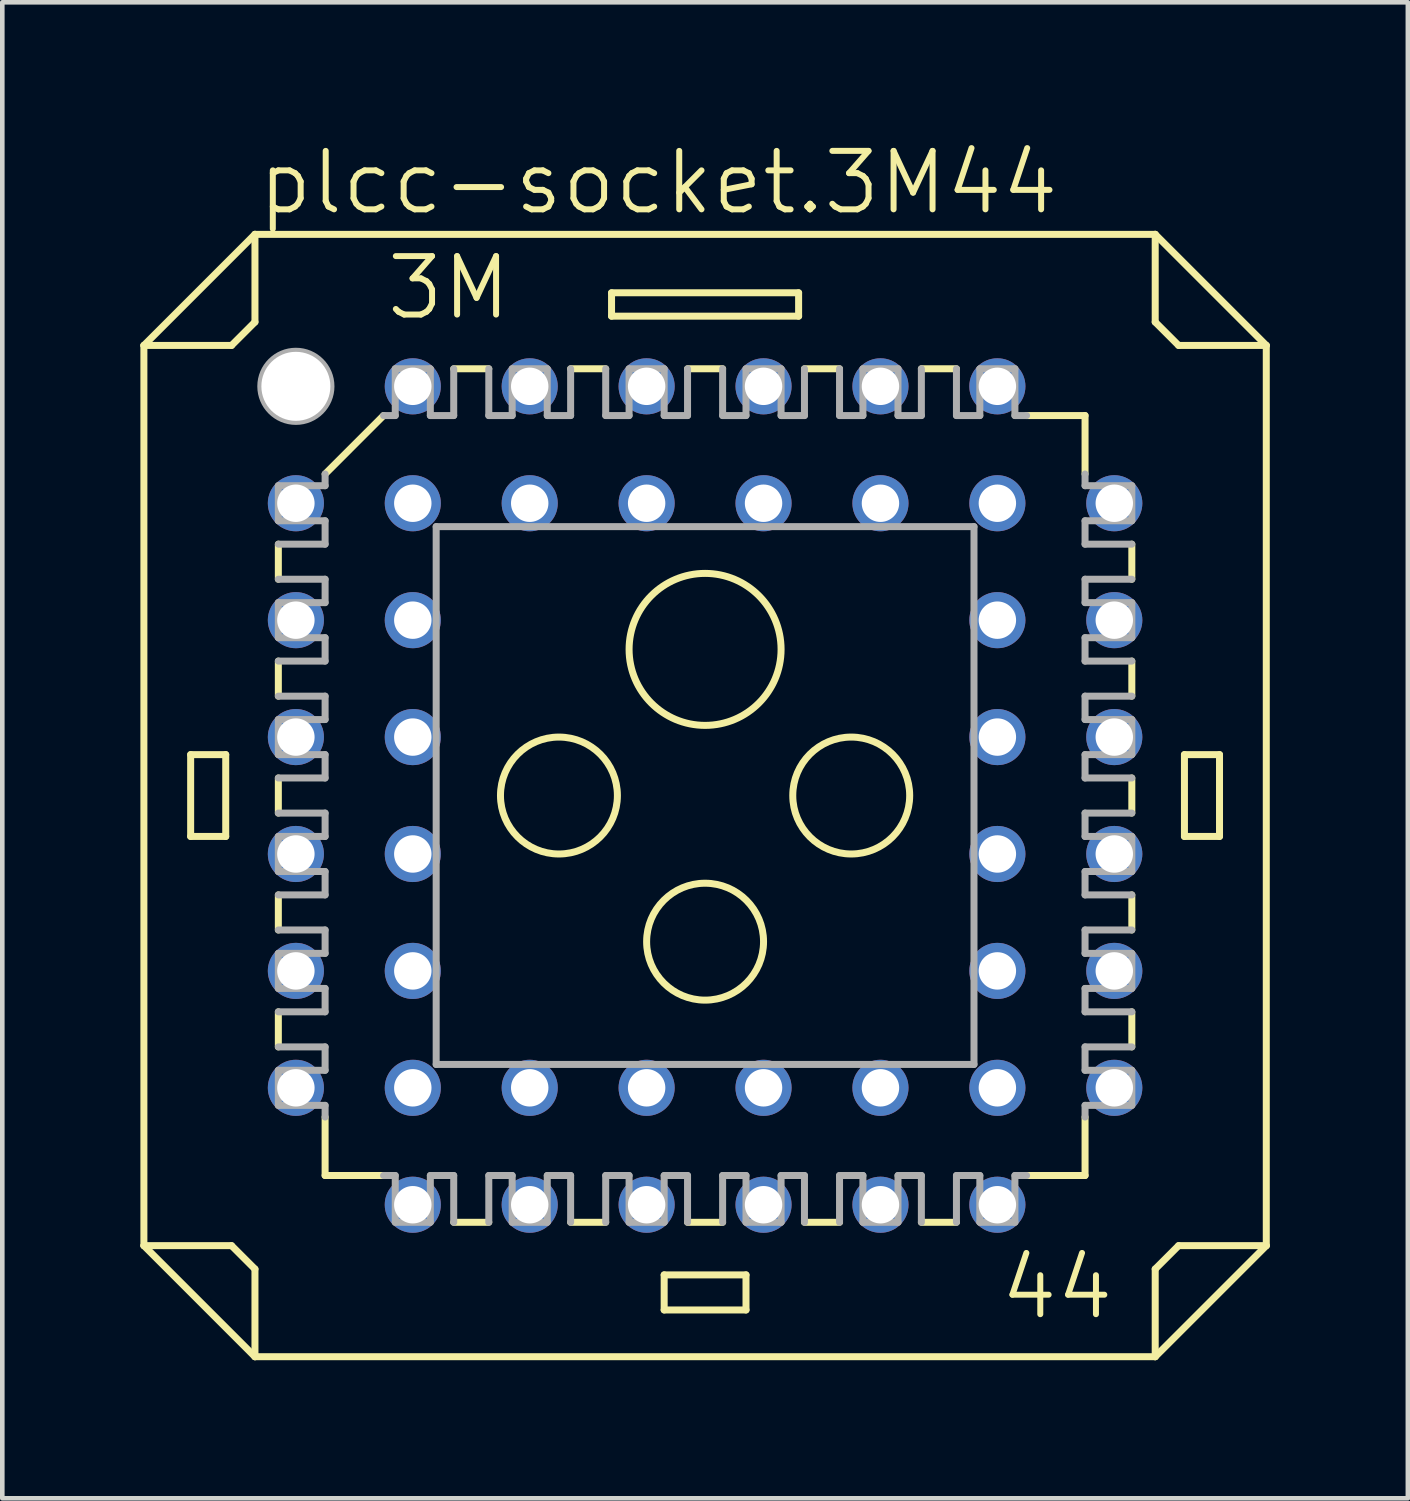
<source format=kicad_pcb>
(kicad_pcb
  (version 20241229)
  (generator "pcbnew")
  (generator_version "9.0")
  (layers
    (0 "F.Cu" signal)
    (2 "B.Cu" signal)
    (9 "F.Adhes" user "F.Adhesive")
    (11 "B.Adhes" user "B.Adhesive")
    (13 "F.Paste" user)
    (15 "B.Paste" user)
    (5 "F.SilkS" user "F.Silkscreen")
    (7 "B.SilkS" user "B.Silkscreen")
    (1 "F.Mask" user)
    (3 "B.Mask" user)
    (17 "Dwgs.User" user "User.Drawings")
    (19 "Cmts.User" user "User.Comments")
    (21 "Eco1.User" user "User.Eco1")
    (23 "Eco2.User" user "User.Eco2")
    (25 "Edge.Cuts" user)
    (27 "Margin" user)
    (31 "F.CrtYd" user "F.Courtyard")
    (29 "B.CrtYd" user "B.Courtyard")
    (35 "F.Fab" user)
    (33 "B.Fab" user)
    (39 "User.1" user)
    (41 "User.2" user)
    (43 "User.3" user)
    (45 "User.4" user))
  (footprint "plcc-socket.3M44"
    (layer "F.Cu")
    (at 12.268 14.233)
    (property "Reference" "plcc-socket.3M44" (at -9.779 -12.573 0) (layer "F.SilkS") (effects (font (size 1.27 1.27) (thickness 0.13)) (justify left bottom)))
    (attr through_hole)
    (fp_line (start -12.192 -9.779) (end -12.192 9.779) (stroke (width 0.152) (type default)) (layer "F.SilkS"))
    (fp_line (start -12.192 -9.779) (end -9.779 -12.192) (stroke (width 0.152) (type default)) (layer "F.SilkS"))
    (fp_line (start -12.192 9.779) (end -10.287 9.779) (stroke (width 0.152) (type default)) (layer "F.SilkS"))
    (fp_line (start -11.176 -0.889) (end -10.414 -0.889) (stroke (width 0.152) (type default)) (layer "F.SilkS"))
    (fp_line (start -11.176 0.889) (end -11.176 -0.889) (stroke (width 0.152) (type default)) (layer "F.SilkS"))
    (fp_line (start -11.176 0.889) (end -10.414 0.889) (stroke (width 0.152) (type default)) (layer "F.SilkS"))
    (fp_line (start -10.414 0.889) (end -10.414 -0.889) (stroke (width 0.152) (type default)) (layer "F.SilkS"))
    (fp_line (start -10.287 -9.779) (end -12.192 -9.779) (stroke (width 0.152) (type default)) (layer "F.SilkS"))
    (fp_line (start -10.287 -9.779) (end -9.779 -10.287) (stroke (width 0.152) (type default)) (layer "F.SilkS"))
    (fp_line (start -9.779 -12.192) (end -9.779 -10.287) (stroke (width 0.152) (type default)) (layer "F.SilkS"))
    (fp_line (start -9.779 10.287) (end -10.287 9.779) (stroke (width 0.152) (type default)) (layer "F.SilkS"))
    (fp_line (start -9.779 10.287) (end -9.779 12.192) (stroke (width 0.152) (type default)) (layer "F.SilkS"))
    (fp_line (start -9.779 12.192) (end -12.192 9.779) (stroke (width 0.152) (type default)) (layer "F.SilkS"))
    (fp_line (start -9.271 -5.461) (end -9.271 -4.699) (stroke (width 0.152) (type default)) (layer "F.SilkS"))
    (fp_line (start -9.271 -2.159) (end -9.271 -2.921) (stroke (width 0.152) (type default)) (layer "F.SilkS"))
    (fp_line (start -9.271 0.381) (end -9.271 -0.381) (stroke (width 0.152) (type default)) (layer "F.SilkS"))
    (fp_line (start -9.271 2.921) (end -9.271 2.159) (stroke (width 0.152) (type default)) (layer "F.SilkS"))
    (fp_line (start -9.271 5.461) (end -9.271 4.699) (stroke (width 0.152) (type default)) (layer "F.SilkS"))
    (fp_line (start -8.255 -6.985) (end -6.985 -8.255) (stroke (width 0.152) (type default)) (layer "F.SilkS"))
    (fp_line (start -8.255 8.255) (end -8.255 6.985) (stroke (width 0.152) (type default)) (layer "F.SilkS"))
    (fp_line (start -8.255 8.255) (end -6.985 8.255) (stroke (width 0.152) (type default)) (layer "F.SilkS"))
    (fp_line (start -5.461 9.271) (end -4.699 9.271) (stroke (width 0.152) (type default)) (layer "F.SilkS"))
    (fp_line (start -4.699 -9.271) (end -5.461 -9.271) (stroke (width 0.152) (type default)) (layer "F.SilkS"))
    (fp_line (start -2.921 9.271) (end -2.159 9.271) (stroke (width 0.152) (type default)) (layer "F.SilkS"))
    (fp_line (start -2.159 -9.271) (end -2.921 -9.271) (stroke (width 0.152) (type default)) (layer "F.SilkS"))
    (fp_line (start -2.032 -10.922) (end -2.032 -10.414) (stroke (width 0.152) (type default)) (layer "F.SilkS"))
    (fp_line (start -0.889 11.176) (end -0.889 10.414) (stroke (width 0.152) (type default)) (layer "F.SilkS"))
    (fp_line (start -0.889 11.176) (end 0.889 11.176) (stroke (width 0.152) (type default)) (layer "F.SilkS"))
    (fp_line (start -0.381 9.271) (end 0.381 9.271) (stroke (width 0.152) (type default)) (layer "F.SilkS"))
    (fp_line (start 0.381 -9.271) (end -0.381 -9.271) (stroke (width 0.152) (type default)) (layer "F.SilkS"))
    (fp_line (start 0.889 10.414) (end -0.889 10.414) (stroke (width 0.152) (type default)) (layer "F.SilkS"))
    (fp_line (start 0.889 10.414) (end 0.889 11.176) (stroke (width 0.152) (type default)) (layer "F.SilkS"))
    (fp_line (start 2.032 -10.922) (end -2.032 -10.922) (stroke (width 0.152) (type default)) (layer "F.SilkS"))
    (fp_line (start 2.032 -10.414) (end -2.032 -10.414) (stroke (width 0.152) (type default)) (layer "F.SilkS"))
    (fp_line (start 2.032 -10.414) (end 2.032 -10.922) (stroke (width 0.152) (type default)) (layer "F.SilkS"))
    (fp_line (start 2.159 9.271) (end 2.921 9.271) (stroke (width 0.152) (type default)) (layer "F.SilkS"))
    (fp_line (start 2.921 -9.271) (end 2.159 -9.271) (stroke (width 0.152) (type default)) (layer "F.SilkS"))
    (fp_line (start 4.699 9.271) (end 5.461 9.271) (stroke (width 0.152) (type default)) (layer "F.SilkS"))
    (fp_line (start 5.461 -9.271) (end 4.699 -9.271) (stroke (width 0.152) (type default)) (layer "F.SilkS"))
    (fp_line (start 6.985 8.255) (end 8.255 8.255) (stroke (width 0.152) (type default)) (layer "F.SilkS"))
    (fp_line (start 8.255 -8.255) (end 6.985 -8.255) (stroke (width 0.152) (type default)) (layer "F.SilkS"))
    (fp_line (start 8.255 -8.255) (end 8.255 -6.985) (stroke (width 0.152) (type default)) (layer "F.SilkS"))
    (fp_line (start 8.255 8.255) (end 8.255 6.985) (stroke (width 0.152) (type default)) (layer "F.SilkS"))
    (fp_line (start 9.271 -5.461) (end 9.271 -4.699) (stroke (width 0.152) (type default)) (layer "F.SilkS"))
    (fp_line (start 9.271 -2.921) (end 9.271 -2.159) (stroke (width 0.152) (type default)) (layer "F.SilkS"))
    (fp_line (start 9.271 -0.381) (end 9.271 0.381) (stroke (width 0.152) (type default)) (layer "F.SilkS"))
    (fp_line (start 9.271 2.159) (end 9.271 2.921) (stroke (width 0.152) (type default)) (layer "F.SilkS"))
    (fp_line (start 9.271 5.461) (end 9.271 4.699) (stroke (width 0.152) (type default)) (layer "F.SilkS"))
    (fp_line (start 9.779 -12.192) (end -9.779 -12.192) (stroke (width 0.152) (type default)) (layer "F.SilkS"))
    (fp_line (start 9.779 -12.192) (end 12.192 -9.779) (stroke (width 0.152) (type default)) (layer "F.SilkS"))
    (fp_line (start 9.779 -10.287) (end 9.779 -12.192) (stroke (width 0.152) (type default)) (layer "F.SilkS"))
    (fp_line (start 9.779 -10.287) (end 10.287 -9.779) (stroke (width 0.152) (type default)) (layer "F.SilkS"))
    (fp_line (start 9.779 12.192) (end -9.779 12.192) (stroke (width 0.152) (type default)) (layer "F.SilkS"))
    (fp_line (start 9.779 12.192) (end 9.779 10.287) (stroke (width 0.152) (type default)) (layer "F.SilkS"))
    (fp_line (start 10.287 9.779) (end 9.779 10.287) (stroke (width 0.152) (type default)) (layer "F.SilkS"))
    (fp_line (start 10.287 9.779) (end 12.192 9.779) (stroke (width 0.152) (type default)) (layer "F.SilkS"))
    (fp_line (start 10.414 -0.889) (end 10.414 0.889) (stroke (width 0.152) (type default)) (layer "F.SilkS"))
    (fp_line (start 10.414 -0.889) (end 11.176 -0.889) (stroke (width 0.152) (type default)) (layer "F.SilkS"))
    (fp_line (start 11.176 0.889) (end 10.414 0.889) (stroke (width 0.152) (type default)) (layer "F.SilkS"))
    (fp_line (start 11.176 0.889) (end 11.176 -0.889) (stroke (width 0.152) (type default)) (layer "F.SilkS"))
    (fp_line (start 12.192 -9.779) (end 10.287 -9.779) (stroke (width 0.152) (type default)) (layer "F.SilkS"))
    (fp_line (start 12.192 -9.779) (end 12.192 9.779) (stroke (width 0.152) (type default)) (layer "F.SilkS"))
    (fp_line (start 12.192 9.779) (end 9.779 12.192) (stroke (width 0.152) (type default)) (layer "F.SilkS"))
    (fp_circle (center -3.175 0) (end -1.905 0) (stroke (width 0.152) (type default)) (fill no) (layer "F.SilkS"))
    (fp_circle (center 0 -3.175) (end 1.651 -3.175) (stroke (width 0.152) (type default)) (fill no) (layer "F.SilkS"))
    (fp_circle (center 0 3.175) (end 1.27 3.175) (stroke (width 0.152) (type default)) (fill no) (layer "F.SilkS"))
    (fp_circle (center 3.175 0) (end 4.445 0) (stroke (width 0.152) (type default)) (fill no) (layer "F.SilkS"))
    (fp_line (start -9.271 -5.969) (end -9.271 -6.731) (stroke (width 0.152) (type default)) (layer "F.Fab"))
    (fp_line (start -9.271 -5.969) (end -8.255 -5.969) (stroke (width 0.152) (type default)) (layer "F.Fab"))
    (fp_line (start -9.271 -5.461) (end -8.255 -5.461) (stroke (width 0.152) (type default)) (layer "F.Fab"))
    (fp_line (start -9.271 -3.429) (end -9.271 -4.191) (stroke (width 0.152) (type default)) (layer "F.Fab"))
    (fp_line (start -9.271 -3.429) (end -8.255 -3.429) (stroke (width 0.152) (type default)) (layer "F.Fab"))
    (fp_line (start -9.271 -2.159) (end -8.255 -2.159) (stroke (width 0.152) (type default)) (layer "F.Fab"))
    (fp_line (start -9.271 -0.889) (end -9.271 -1.651) (stroke (width 0.152) (type default)) (layer "F.Fab"))
    (fp_line (start -9.271 -0.889) (end -8.255 -0.889) (stroke (width 0.152) (type default)) (layer "F.Fab"))
    (fp_line (start -9.271 0.381) (end -8.255 0.381) (stroke (width 0.152) (type default)) (layer "F.Fab"))
    (fp_line (start -9.271 1.651) (end -9.271 0.889) (stroke (width 0.152) (type default)) (layer "F.Fab"))
    (fp_line (start -9.271 1.651) (end -8.255 1.651) (stroke (width 0.152) (type default)) (layer "F.Fab"))
    (fp_line (start -9.271 2.921) (end -8.255 2.921) (stroke (width 0.152) (type default)) (layer "F.Fab"))
    (fp_line (start -9.271 4.191) (end -9.271 3.429) (stroke (width 0.152) (type default)) (layer "F.Fab"))
    (fp_line (start -9.271 4.191) (end -8.255 4.191) (stroke (width 0.152) (type default)) (layer "F.Fab"))
    (fp_line (start -9.271 4.699) (end -8.255 4.699) (stroke (width 0.152) (type default)) (layer "F.Fab"))
    (fp_line (start -9.271 5.461) (end -8.255 5.461) (stroke (width 0.152) (type default)) (layer "F.Fab"))
    (fp_line (start -9.271 6.731) (end -9.271 5.969) (stroke (width 0.152) (type default)) (layer "F.Fab"))
    (fp_line (start -9.271 6.731) (end -8.255 6.731) (stroke (width 0.152) (type default)) (layer "F.Fab"))
    (fp_line (start -8.255 -6.731) (end -9.271 -6.731) (stroke (width 0.152) (type default)) (layer "F.Fab"))
    (fp_line (start -8.255 -6.731) (end -8.255 -6.985) (stroke (width 0.152) (type default)) (layer "F.Fab"))
    (fp_line (start -8.255 -5.969) (end -8.255 -5.461) (stroke (width 0.152) (type default)) (layer "F.Fab"))
    (fp_line (start -8.255 -4.699) (end -9.271 -4.699) (stroke (width 0.152) (type default)) (layer "F.Fab"))
    (fp_line (start -8.255 -4.699) (end -8.255 -4.191) (stroke (width 0.152) (type default)) (layer "F.Fab"))
    (fp_line (start -8.255 -4.191) (end -9.271 -4.191) (stroke (width 0.152) (type default)) (layer "F.Fab"))
    (fp_line (start -8.255 -3.429) (end -8.255 -2.921) (stroke (width 0.152) (type default)) (layer "F.Fab"))
    (fp_line (start -8.255 -2.921) (end -9.271 -2.921) (stroke (width 0.152) (type default)) (layer "F.Fab"))
    (fp_line (start -8.255 -1.651) (end -9.271 -1.651) (stroke (width 0.152) (type default)) (layer "F.Fab"))
    (fp_line (start -8.255 -1.651) (end -8.255 -2.159) (stroke (width 0.152) (type default)) (layer "F.Fab"))
    (fp_line (start -8.255 -0.381) (end -9.271 -0.381) (stroke (width 0.152) (type default)) (layer "F.Fab"))
    (fp_line (start -8.255 -0.381) (end -8.255 -0.889) (stroke (width 0.152) (type default)) (layer "F.Fab"))
    (fp_line (start -8.255 0.889) (end -9.271 0.889) (stroke (width 0.152) (type default)) (layer "F.Fab"))
    (fp_line (start -8.255 0.889) (end -8.255 0.381) (stroke (width 0.152) (type default)) (layer "F.Fab"))
    (fp_line (start -8.255 2.159) (end -9.271 2.159) (stroke (width 0.152) (type default)) (layer "F.Fab"))
    (fp_line (start -8.255 2.159) (end -8.255 1.651) (stroke (width 0.152) (type default)) (layer "F.Fab"))
    (fp_line (start -8.255 3.429) (end -9.271 3.429) (stroke (width 0.152) (type default)) (layer "F.Fab"))
    (fp_line (start -8.255 3.429) (end -8.255 2.921) (stroke (width 0.152) (type default)) (layer "F.Fab"))
    (fp_line (start -8.255 4.191) (end -8.255 4.699) (stroke (width 0.152) (type default)) (layer "F.Fab"))
    (fp_line (start -8.255 5.461) (end -8.255 5.969) (stroke (width 0.152) (type default)) (layer "F.Fab"))
    (fp_line (start -8.255 5.969) (end -9.271 5.969) (stroke (width 0.152) (type default)) (layer "F.Fab"))
    (fp_line (start -8.255 6.731) (end -8.255 6.985) (stroke (width 0.152) (type default)) (layer "F.Fab"))
    (fp_line (start -6.985 -8.255) (end -6.731 -8.255) (stroke (width 0.152) (type default)) (layer "F.Fab"))
    (fp_line (start -6.731 -8.255) (end -6.731 -9.271) (stroke (width 0.152) (type default)) (layer "F.Fab"))
    (fp_line (start -6.731 8.255) (end -6.985 8.255) (stroke (width 0.152) (type default)) (layer "F.Fab"))
    (fp_line (start -6.731 9.271) (end -6.731 8.255) (stroke (width 0.152) (type default)) (layer "F.Fab"))
    (fp_line (start -6.731 9.271) (end -5.969 9.271) (stroke (width 0.152) (type default)) (layer "F.Fab"))
    (fp_line (start -5.969 -9.271) (end -6.731 -9.271) (stroke (width 0.152) (type default)) (layer "F.Fab"))
    (fp_line (start -5.969 -9.271) (end -5.969 -8.255) (stroke (width 0.152) (type default)) (layer "F.Fab"))
    (fp_line (start -5.969 8.255) (end -5.969 9.271) (stroke (width 0.152) (type default)) (layer "F.Fab"))
    (fp_line (start -5.969 8.255) (end -5.461 8.255) (stroke (width 0.152) (type default)) (layer "F.Fab"))
    (fp_line (start -5.842 -5.842) (end -5.842 5.842) (stroke (width 0.152) (type default)) (layer "F.Fab"))
    (fp_line (start -5.842 -5.842) (end 5.842 -5.842) (stroke (width 0.152) (type default)) (layer "F.Fab"))
    (fp_line (start -5.461 -8.255) (end -5.969 -8.255) (stroke (width 0.152) (type default)) (layer "F.Fab"))
    (fp_line (start -5.461 -8.255) (end -5.461 -9.271) (stroke (width 0.152) (type default)) (layer "F.Fab"))
    (fp_line (start -5.461 9.271) (end -5.461 8.255) (stroke (width 0.152) (type default)) (layer "F.Fab"))
    (fp_line (start -4.699 -9.271) (end -4.699 -8.255) (stroke (width 0.152) (type default)) (layer "F.Fab"))
    (fp_line (start -4.699 8.255) (end -4.699 9.271) (stroke (width 0.152) (type default)) (layer "F.Fab"))
    (fp_line (start -4.699 8.255) (end -4.191 8.255) (stroke (width 0.152) (type default)) (layer "F.Fab"))
    (fp_line (start -4.191 -8.255) (end -4.699 -8.255) (stroke (width 0.152) (type default)) (layer "F.Fab"))
    (fp_line (start -4.191 -8.255) (end -4.191 -9.271) (stroke (width 0.152) (type default)) (layer "F.Fab"))
    (fp_line (start -4.191 9.271) (end -4.191 8.255) (stroke (width 0.152) (type default)) (layer "F.Fab"))
    (fp_line (start -4.191 9.271) (end -3.429 9.271) (stroke (width 0.152) (type default)) (layer "F.Fab"))
    (fp_line (start -3.429 -9.271) (end -4.191 -9.271) (stroke (width 0.152) (type default)) (layer "F.Fab"))
    (fp_line (start -3.429 -9.271) (end -3.429 -8.255) (stroke (width 0.152) (type default)) (layer "F.Fab"))
    (fp_line (start -3.429 8.255) (end -3.429 9.271) (stroke (width 0.152) (type default)) (layer "F.Fab"))
    (fp_line (start -3.429 8.255) (end -2.921 8.255) (stroke (width 0.152) (type default)) (layer "F.Fab"))
    (fp_line (start -2.921 -8.255) (end -3.429 -8.255) (stroke (width 0.152) (type default)) (layer "F.Fab"))
    (fp_line (start -2.921 -8.255) (end -2.921 -9.271) (stroke (width 0.152) (type default)) (layer "F.Fab"))
    (fp_line (start -2.921 9.271) (end -2.921 8.255) (stroke (width 0.152) (type default)) (layer "F.Fab"))
    (fp_line (start -2.159 -9.271) (end -2.159 -8.255) (stroke (width 0.152) (type default)) (layer "F.Fab"))
    (fp_line (start -2.159 8.255) (end -2.159 9.271) (stroke (width 0.152) (type default)) (layer "F.Fab"))
    (fp_line (start -2.159 8.255) (end -1.651 8.255) (stroke (width 0.152) (type default)) (layer "F.Fab"))
    (fp_line (start -1.651 -8.255) (end -2.159 -8.255) (stroke (width 0.152) (type default)) (layer "F.Fab"))
    (fp_line (start -1.651 -8.255) (end -1.651 -9.271) (stroke (width 0.152) (type default)) (layer "F.Fab"))
    (fp_line (start -1.651 9.271) (end -1.651 8.255) (stroke (width 0.152) (type default)) (layer "F.Fab"))
    (fp_line (start -1.651 9.271) (end -0.889 9.271) (stroke (width 0.152) (type default)) (layer "F.Fab"))
    (fp_line (start -0.889 -9.271) (end -1.651 -9.271) (stroke (width 0.152) (type default)) (layer "F.Fab"))
    (fp_line (start -0.889 -9.271) (end -0.889 -8.255) (stroke (width 0.152) (type default)) (layer "F.Fab"))
    (fp_line (start -0.889 8.255) (end -0.889 9.271) (stroke (width 0.152) (type default)) (layer "F.Fab"))
    (fp_line (start -0.889 8.255) (end -0.381 8.255) (stroke (width 0.152) (type default)) (layer "F.Fab"))
    (fp_line (start -0.381 -8.255) (end -0.889 -8.255) (stroke (width 0.152) (type default)) (layer "F.Fab"))
    (fp_line (start -0.381 -8.255) (end -0.381 -9.271) (stroke (width 0.152) (type default)) (layer "F.Fab"))
    (fp_line (start -0.381 9.271) (end -0.381 8.255) (stroke (width 0.152) (type default)) (layer "F.Fab"))
    (fp_line (start 0.381 -9.271) (end 0.381 -8.255) (stroke (width 0.152) (type default)) (layer "F.Fab"))
    (fp_line (start 0.381 8.255) (end 0.381 9.271) (stroke (width 0.152) (type default)) (layer "F.Fab"))
    (fp_line (start 0.381 8.255) (end 0.889 8.255) (stroke (width 0.152) (type default)) (layer "F.Fab"))
    (fp_line (start 0.889 -8.255) (end 0.381 -8.255) (stroke (width 0.152) (type default)) (layer "F.Fab"))
    (fp_line (start 0.889 -8.255) (end 0.889 -9.271) (stroke (width 0.152) (type default)) (layer "F.Fab"))
    (fp_line (start 0.889 9.271) (end 0.889 8.255) (stroke (width 0.152) (type default)) (layer "F.Fab"))
    (fp_line (start 0.889 9.271) (end 1.651 9.271) (stroke (width 0.152) (type default)) (layer "F.Fab"))
    (fp_line (start 1.651 -9.271) (end 0.889 -9.271) (stroke (width 0.152) (type default)) (layer "F.Fab"))
    (fp_line (start 1.651 -9.271) (end 1.651 -8.255) (stroke (width 0.152) (type default)) (layer "F.Fab"))
    (fp_line (start 1.651 8.255) (end 1.651 9.271) (stroke (width 0.152) (type default)) (layer "F.Fab"))
    (fp_line (start 1.651 8.255) (end 2.159 8.255) (stroke (width 0.152) (type default)) (layer "F.Fab"))
    (fp_line (start 2.159 -8.255) (end 1.651 -8.255) (stroke (width 0.152) (type default)) (layer "F.Fab"))
    (fp_line (start 2.159 -8.255) (end 2.159 -9.271) (stroke (width 0.152) (type default)) (layer "F.Fab"))
    (fp_line (start 2.159 9.271) (end 2.159 8.255) (stroke (width 0.152) (type default)) (layer "F.Fab"))
    (fp_line (start 2.921 -9.271) (end 2.921 -8.255) (stroke (width 0.152) (type default)) (layer "F.Fab"))
    (fp_line (start 2.921 8.255) (end 2.921 9.271) (stroke (width 0.152) (type default)) (layer "F.Fab"))
    (fp_line (start 2.921 8.255) (end 3.429 8.255) (stroke (width 0.152) (type default)) (layer "F.Fab"))
    (fp_line (start 3.429 -8.255) (end 2.921 -8.255) (stroke (width 0.152) (type default)) (layer "F.Fab"))
    (fp_line (start 3.429 -8.255) (end 3.429 -9.271) (stroke (width 0.152) (type default)) (layer "F.Fab"))
    (fp_line (start 3.429 9.271) (end 3.429 8.255) (stroke (width 0.152) (type default)) (layer "F.Fab"))
    (fp_line (start 3.429 9.271) (end 4.191 9.271) (stroke (width 0.152) (type default)) (layer "F.Fab"))
    (fp_line (start 4.191 -9.271) (end 3.429 -9.271) (stroke (width 0.152) (type default)) (layer "F.Fab"))
    (fp_line (start 4.191 -9.271) (end 4.191 -8.255) (stroke (width 0.152) (type default)) (layer "F.Fab"))
    (fp_line (start 4.191 8.255) (end 4.191 9.271) (stroke (width 0.152) (type default)) (layer "F.Fab"))
    (fp_line (start 4.191 8.255) (end 4.699 8.255) (stroke (width 0.152) (type default)) (layer "F.Fab"))
    (fp_line (start 4.699 -8.255) (end 4.191 -8.255) (stroke (width 0.152) (type default)) (layer "F.Fab"))
    (fp_line (start 4.699 -8.255) (end 4.699 -9.271) (stroke (width 0.152) (type default)) (layer "F.Fab"))
    (fp_line (start 4.699 9.271) (end 4.699 8.255) (stroke (width 0.152) (type default)) (layer "F.Fab"))
    (fp_line (start 5.461 -9.271) (end 5.461 -8.255) (stroke (width 0.152) (type default)) (layer "F.Fab"))
    (fp_line (start 5.461 8.255) (end 5.461 9.271) (stroke (width 0.152) (type default)) (layer "F.Fab"))
    (fp_line (start 5.461 8.255) (end 5.969 8.255) (stroke (width 0.152) (type default)) (layer "F.Fab"))
    (fp_line (start 5.842 5.842) (end -5.842 5.842) (stroke (width 0.152) (type default)) (layer "F.Fab"))
    (fp_line (start 5.842 5.842) (end 5.842 -5.842) (stroke (width 0.152) (type default)) (layer "F.Fab"))
    (fp_line (start 5.969 -8.255) (end 5.461 -8.255) (stroke (width 0.152) (type default)) (layer "F.Fab"))
    (fp_line (start 5.969 -8.255) (end 5.969 -9.271) (stroke (width 0.152) (type default)) (layer "F.Fab"))
    (fp_line (start 5.969 9.271) (end 5.969 8.255) (stroke (width 0.152) (type default)) (layer "F.Fab"))
    (fp_line (start 5.969 9.271) (end 6.731 9.271) (stroke (width 0.152) (type default)) (layer "F.Fab"))
    (fp_line (start 6.731 -9.271) (end 5.969 -9.271) (stroke (width 0.152) (type default)) (layer "F.Fab"))
    (fp_line (start 6.731 -9.271) (end 6.731 -8.255) (stroke (width 0.152) (type default)) (layer "F.Fab"))
    (fp_line (start 6.731 -8.255) (end 6.985 -8.255) (stroke (width 0.152) (type default)) (layer "F.Fab"))
    (fp_line (start 6.731 8.255) (end 6.731 9.271) (stroke (width 0.152) (type default)) (layer "F.Fab"))
    (fp_line (start 6.985 8.255) (end 6.731 8.255) (stroke (width 0.152) (type default)) (layer "F.Fab"))
    (fp_line (start 8.255 -6.731) (end 8.255 -6.985) (stroke (width 0.152) (type default)) (layer "F.Fab"))
    (fp_line (start 8.255 -5.969) (end 9.271 -5.969) (stroke (width 0.152) (type default)) (layer "F.Fab"))
    (fp_line (start 8.255 -5.461) (end 8.255 -5.969) (stroke (width 0.152) (type default)) (layer "F.Fab"))
    (fp_line (start 8.255 -4.191) (end 8.255 -4.699) (stroke (width 0.152) (type default)) (layer "F.Fab"))
    (fp_line (start 8.255 -3.429) (end 8.255 -2.921) (stroke (width 0.152) (type default)) (layer "F.Fab"))
    (fp_line (start 8.255 -3.429) (end 9.271 -3.429) (stroke (width 0.152) (type default)) (layer "F.Fab"))
    (fp_line (start 8.255 -2.159) (end 8.255 -1.651) (stroke (width 0.152) (type default)) (layer "F.Fab"))
    (fp_line (start 8.255 -2.159) (end 9.271 -2.159) (stroke (width 0.152) (type default)) (layer "F.Fab"))
    (fp_line (start 8.255 -0.889) (end 8.255 -0.381) (stroke (width 0.152) (type default)) (layer "F.Fab"))
    (fp_line (start 8.255 -0.889) (end 9.271 -0.889) (stroke (width 0.152) (type default)) (layer "F.Fab"))
    (fp_line (start 8.255 0.381) (end 8.255 0.889) (stroke (width 0.152) (type default)) (layer "F.Fab"))
    (fp_line (start 8.255 0.381) (end 9.271 0.381) (stroke (width 0.152) (type default)) (layer "F.Fab"))
    (fp_line (start 8.255 1.651) (end 8.255 2.159) (stroke (width 0.152) (type default)) (layer "F.Fab"))
    (fp_line (start 8.255 1.651) (end 9.271 1.651) (stroke (width 0.152) (type default)) (layer "F.Fab"))
    (fp_line (start 8.255 2.921) (end 8.255 3.429) (stroke (width 0.152) (type default)) (layer "F.Fab"))
    (fp_line (start 8.255 2.921) (end 9.271 2.921) (stroke (width 0.152) (type default)) (layer "F.Fab"))
    (fp_line (start 8.255 3.429) (end 9.271 3.429) (stroke (width 0.152) (type default)) (layer "F.Fab"))
    (fp_line (start 8.255 4.699) (end 8.255 4.191) (stroke (width 0.152) (type default)) (layer "F.Fab"))
    (fp_line (start 8.255 4.699) (end 9.271 4.699) (stroke (width 0.152) (type default)) (layer "F.Fab"))
    (fp_line (start 8.255 5.969) (end 8.255 5.461) (stroke (width 0.152) (type default)) (layer "F.Fab"))
    (fp_line (start 8.255 5.969) (end 9.271 5.969) (stroke (width 0.152) (type default)) (layer "F.Fab"))
    (fp_line (start 8.255 6.731) (end 8.255 6.985) (stroke (width 0.152) (type default)) (layer "F.Fab"))
    (fp_line (start 9.271 -6.731) (end 8.255 -6.731) (stroke (width 0.152) (type default)) (layer "F.Fab"))
    (fp_line (start 9.271 -6.731) (end 9.271 -5.969) (stroke (width 0.152) (type default)) (layer "F.Fab"))
    (fp_line (start 9.271 -5.461) (end 8.255 -5.461) (stroke (width 0.152) (type default)) (layer "F.Fab"))
    (fp_line (start 9.271 -4.699) (end 8.255 -4.699) (stroke (width 0.152) (type default)) (layer "F.Fab"))
    (fp_line (start 9.271 -4.191) (end 8.255 -4.191) (stroke (width 0.152) (type default)) (layer "F.Fab"))
    (fp_line (start 9.271 -4.191) (end 9.271 -3.429) (stroke (width 0.152) (type default)) (layer "F.Fab"))
    (fp_line (start 9.271 -2.921) (end 8.255 -2.921) (stroke (width 0.152) (type default)) (layer "F.Fab"))
    (fp_line (start 9.271 -1.651) (end 8.255 -1.651) (stroke (width 0.152) (type default)) (layer "F.Fab"))
    (fp_line (start 9.271 -1.651) (end 9.271 -0.889) (stroke (width 0.152) (type default)) (layer "F.Fab"))
    (fp_line (start 9.271 -0.381) (end 8.255 -0.381) (stroke (width 0.152) (type default)) (layer "F.Fab"))
    (fp_line (start 9.271 0.889) (end 8.255 0.889) (stroke (width 0.152) (type default)) (layer "F.Fab"))
    (fp_line (start 9.271 0.889) (end 9.271 1.651) (stroke (width 0.152) (type default)) (layer "F.Fab"))
    (fp_line (start 9.271 2.159) (end 8.255 2.159) (stroke (width 0.152) (type default)) (layer "F.Fab"))
    (fp_line (start 9.271 4.191) (end 8.255 4.191) (stroke (width 0.152) (type default)) (layer "F.Fab"))
    (fp_line (start 9.271 4.191) (end 9.271 3.429) (stroke (width 0.152) (type default)) (layer "F.Fab"))
    (fp_line (start 9.271 5.461) (end 8.255 5.461) (stroke (width 0.152) (type default)) (layer "F.Fab"))
    (fp_line (start 9.271 6.731) (end 8.255 6.731) (stroke (width 0.152) (type default)) (layer "F.Fab"))
    (fp_line (start 9.271 6.731) (end 9.271 5.969) (stroke (width 0.152) (type default)) (layer "F.Fab"))
    (fp_circle (center -8.89 -8.89) (end -8.128 -8.89) (stroke (width 0.152) (type default)) (fill no) (layer "F.Fab"))
    (fp_text user "3M" (at -6.985 -10.287 0) (layer "F.SilkS") (effects (font (size 1.27 1.27) (thickness 0.13)) (justify left bottom)))
    (fp_text user "44" (at 6.35 11.43 0) (layer "F.SilkS") (effects (font (size 1.27 1.27) (thickness 0.13)) (justify left bottom)))
    (pad "" np_thru_hole circle (at -8.89 -8.89) (size 1.499 1.499) (drill 1.499) (layers "*.Cu" "*.Mask"))
    (pad "1" thru_hole circle (at 1.27 -6.35) (size 1.219 1.219) (drill 0.813) (layers "*.Cu" "*.Mask"))
    (pad "2" thru_hole circle (at -1.27 -8.89) (size 1.219 1.219) (drill 0.813) (layers "*.Cu" "*.Mask"))
    (pad "3" thru_hole circle (at -1.27 -6.35) (size 1.219 1.219) (drill 0.813) (layers "*.Cu" "*.Mask"))
    (pad "4" thru_hole circle (at -3.81 -8.89) (size 1.219 1.219) (drill 0.813) (layers "*.Cu" "*.Mask"))
    (pad "5" thru_hole circle (at -3.81 -6.35) (size 1.219 1.219) (drill 0.813) (layers "*.Cu" "*.Mask"))
    (pad "6" thru_hole circle (at -6.35 -8.89) (size 1.219 1.219) (drill 0.813) (layers "*.Cu" "*.Mask"))
    (pad "7" thru_hole circle (at -8.89 -6.35) (size 1.219 1.219) (drill 0.813) (layers "*.Cu" "*.Mask"))
    (pad "8" thru_hole circle (at -6.35 -6.35) (size 1.219 1.219) (drill 0.813) (layers "*.Cu" "*.Mask"))
    (pad "9" thru_hole circle (at -8.89 -3.81) (size 1.219 1.219) (drill 0.813) (layers "*.Cu" "*.Mask"))
    (pad "10" thru_hole circle (at -6.35 -3.81) (size 1.219 1.219) (drill 0.813) (layers "*.Cu" "*.Mask"))
    (pad "11" thru_hole circle (at -8.89 -1.27) (size 1.219 1.219) (drill 0.813) (layers "*.Cu" "*.Mask"))
    (pad "12" thru_hole circle (at -6.35 -1.27) (size 1.219 1.219) (drill 0.813) (layers "*.Cu" "*.Mask"))
    (pad "13" thru_hole circle (at -8.89 1.27) (size 1.219 1.219) (drill 0.813) (layers "*.Cu" "*.Mask"))
    (pad "14" thru_hole circle (at -6.35 1.27) (size 1.219 1.219) (drill 0.813) (layers "*.Cu" "*.Mask"))
    (pad "15" thru_hole circle (at -8.89 3.81) (size 1.219 1.219) (drill 0.813) (layers "*.Cu" "*.Mask"))
    (pad "16" thru_hole circle (at -6.35 3.81) (size 1.219 1.219) (drill 0.813) (layers "*.Cu" "*.Mask"))
    (pad "17" thru_hole circle (at -8.89 6.35) (size 1.219 1.219) (drill 0.813) (layers "*.Cu" "*.Mask"))
    (pad "18" thru_hole circle (at -6.35 8.89) (size 1.219 1.219) (drill 0.813) (layers "*.Cu" "*.Mask"))
    (pad "19" thru_hole circle (at -6.35 6.35) (size 1.219 1.219) (drill 0.813) (layers "*.Cu" "*.Mask"))
    (pad "20" thru_hole circle (at -3.81 8.89) (size 1.219 1.219) (drill 0.813) (layers "*.Cu" "*.Mask"))
    (pad "21" thru_hole circle (at -3.81 6.35) (size 1.219 1.219) (drill 0.813) (layers "*.Cu" "*.Mask"))
    (pad "22" thru_hole circle (at -1.27 8.89) (size 1.219 1.219) (drill 0.813) (layers "*.Cu" "*.Mask"))
    (pad "23" thru_hole circle (at -1.27 6.35) (size 1.219 1.219) (drill 0.813) (layers "*.Cu" "*.Mask"))
    (pad "24" thru_hole circle (at 1.27 8.89) (size 1.219 1.219) (drill 0.813) (layers "*.Cu" "*.Mask"))
    (pad "25" thru_hole circle (at 1.27 6.35) (size 1.219 1.219) (drill 0.813) (layers "*.Cu" "*.Mask"))
    (pad "26" thru_hole circle (at 3.81 8.89) (size 1.219 1.219) (drill 0.813) (layers "*.Cu" "*.Mask"))
    (pad "27" thru_hole circle (at 3.81 6.35) (size 1.219 1.219) (drill 0.813) (layers "*.Cu" "*.Mask"))
    (pad "28" thru_hole circle (at 6.35 8.89) (size 1.219 1.219) (drill 0.813) (layers "*.Cu" "*.Mask"))
    (pad "29" thru_hole circle (at 8.89 6.35) (size 1.219 1.219) (drill 0.813) (layers "*.Cu" "*.Mask"))
    (pad "30" thru_hole circle (at 6.35 6.35) (size 1.219 1.219) (drill 0.813) (layers "*.Cu" "*.Mask"))
    (pad "31" thru_hole circle (at 8.89 3.81) (size 1.219 1.219) (drill 0.813) (layers "*.Cu" "*.Mask"))
    (pad "32" thru_hole circle (at 6.35 3.81) (size 1.219 1.219) (drill 0.813) (layers "*.Cu" "*.Mask"))
    (pad "33" thru_hole circle (at 8.89 1.27) (size 1.219 1.219) (drill 0.813) (layers "*.Cu" "*.Mask"))
    (pad "34" thru_hole circle (at 6.35 1.27) (size 1.219 1.219) (drill 0.813) (layers "*.Cu" "*.Mask"))
    (pad "35" thru_hole circle (at 8.89 -1.27) (size 1.219 1.219) (drill 0.813) (layers "*.Cu" "*.Mask"))
    (pad "36" thru_hole circle (at 6.35 -1.27) (size 1.219 1.219) (drill 0.813) (layers "*.Cu" "*.Mask"))
    (pad "37" thru_hole circle (at 8.89 -3.81) (size 1.219 1.219) (drill 0.813) (layers "*.Cu" "*.Mask"))
    (pad "38" thru_hole circle (at 6.35 -3.81) (size 1.219 1.219) (drill 0.813) (layers "*.Cu" "*.Mask"))
    (pad "39" thru_hole circle (at 8.89 -6.35) (size 1.219 1.219) (drill 0.813) (layers "*.Cu" "*.Mask"))
    (pad "40" thru_hole circle (at 6.35 -8.89) (size 1.219 1.219) (drill 0.813) (layers "*.Cu" "*.Mask"))
    (pad "41" thru_hole circle (at 6.35 -6.35) (size 1.219 1.219) (drill 0.813) (layers "*.Cu" "*.Mask"))
    (pad "42" thru_hole circle (at 3.81 -8.89) (size 1.219 1.219) (drill 0.813) (layers "*.Cu" "*.Mask"))
    (pad "43" thru_hole circle (at 3.81 -6.35) (size 1.219 1.219) (drill 0.813) (layers "*.Cu" "*.Mask"))
    (pad "44" thru_hole circle (at 1.27 -8.89) (size 1.219 1.219) (drill 0.813) (layers "*.Cu" "*.Mask")))
  (gr_rect
    (start -3 -3)
    (end 27.536 29.501)
    (stroke (width 0.1) (type default))
    (fill no)
    (layer "Edge.Cuts")))
</source>
